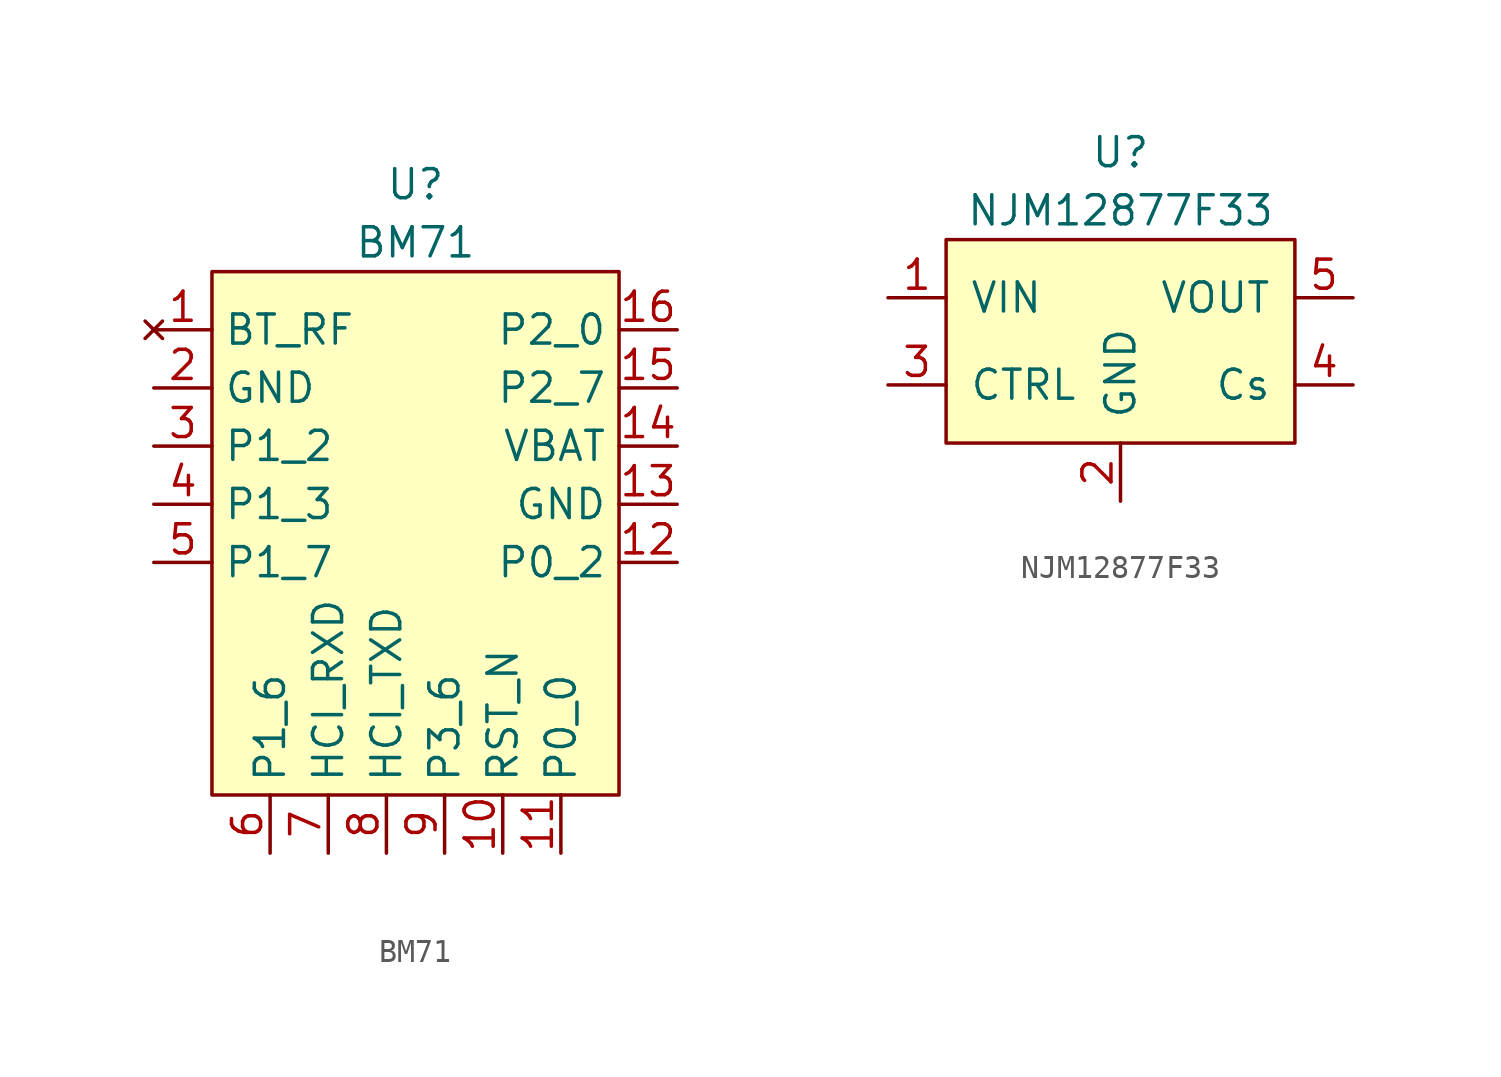
<source format=kicad_sym>
(kicad_symbol_lib
  (version 20211014)
  (generator kicad_symbol_editor)
  (symbol "BM71"
    (property "Reference" "U"
      (at 0 11.43 0)
      (effects (font (size 1.27 1.27))))
    (property "Value" "BM71"
      (at 0 8.89 0)
      (effects (font (size 1.27 1.27))))
    (symbol "BM71_0_0"
      (pin no_connect line (at -11.43 5.08 0) (length 2.54) (name "BT_RF" (effects (font (size 1.27 1.27)))) (number "1" (effects (font (size 1.27 1.27)))))
      (pin passive line (at 3.81 -17.78 90) (length 2.54) (name "RST_N" (effects (font (size 1.27 1.27)))) (number "10" (effects (font (size 1.27 1.27)))))
      (pin passive line (at 6.35 -17.78 90) (length 2.54) (name "P0_0" (effects (font (size 1.27 1.27)))) (number "11" (effects (font (size 1.27 1.27)))))
      (pin passive line (at 11.43 -5.08 180) (length 2.54) (name "P0_2" (effects (font (size 1.27 1.27)))) (number "12" (effects (font (size 1.27 1.27)))))
      (pin power_in line (at 11.43 -2.54 180) (length 2.54) (name "GND" (effects (font (size 1.27 1.27)))) (number "13" (effects (font (size 1.27 1.27)))))
      (pin power_in line (at 11.43 0 180) (length 2.54) (name "VBAT" (effects (font (size 1.27 1.27)))) (number "14" (effects (font (size 1.27 1.27)))))
      (pin passive line (at 11.43 2.54 180) (length 2.54) (name "P2_7" (effects (font (size 1.27 1.27)))) (number "15" (effects (font (size 1.27 1.27)))))
      (pin passive line (at 11.43 5.08 180) (length 2.54) (name "P2_0" (effects (font (size 1.27 1.27)))) (number "16" (effects (font (size 1.27 1.27)))))
      (pin power_in line (at -11.43 2.54 0) (length 2.54) (name "GND" (effects (font (size 1.27 1.27)))) (number "2" (effects (font (size 1.27 1.27)))))
      (pin passive line (at -11.43 0 0) (length 2.54) (name "P1_2" (effects (font (size 1.27 1.27)))) (number "3" (effects (font (size 1.27 1.27)))))
      (pin passive line (at -11.43 -2.54 0) (length 2.54) (name "P1_3" (effects (font (size 1.27 1.27)))) (number "4" (effects (font (size 1.27 1.27)))))
      (pin passive line (at -11.43 -5.08 0) (length 2.54) (name "P1_7" (effects (font (size 1.27 1.27)))) (number "5" (effects (font (size 1.27 1.27)))))
      (pin passive line (at -6.35 -17.78 90) (length 2.54) (name "P1_6" (effects (font (size 1.27 1.27)))) (number "6" (effects (font (size 1.27 1.27)))))
      (pin passive line (at -3.81 -17.78 90) (length 2.54) (name "HCI_RXD" (effects (font (size 1.27 1.27)))) (number "7" (effects (font (size 1.27 1.27)))))
      (pin passive line (at -1.27 -17.78 90) (length 2.54) (name "HCI_TXD" (effects (font (size 1.27 1.27)))) (number "8" (effects (font (size 1.27 1.27)))))
      (pin passive line (at 1.27 -17.78 90) (length 2.54) (name "P3_6" (effects (font (size 1.27 1.27)))) (number "9" (effects (font (size 1.27 1.27))))))
    (symbol "BM71_0_1"
      (rectangle (start -8.89 7.62) (end 8.89 -15.24) (stroke (width 0) (type default) (color 0 0 0 0)) (fill (type background)))))
  (symbol "NJM12877F33"
    (pin_names
      (offset 1.016))
    (property "Reference" "U"
      (at 0 8.89 0)
      (effects (font (size 1.27 1.27))))
    (property "Value" "NJM12877F33"
      (at 0 6.35 0)
      (effects (font (size 1.27 1.27))))
    (symbol "NJM12877F33_0_0"
      (pin power_in line (at -10.16 2.54 0) (length 2.54) (name "VIN" (effects (font (size 1.27 1.27)))) (number "1" (effects (font (size 1.27 1.27)))))
      (pin power_in line (at 0 -6.35 90) (length 2.54) (name "GND" (effects (font (size 1.27 1.27)))) (number "2" (effects (font (size 1.27 1.27)))))
      (pin passive line (at -10.16 -1.27 0) (length 2.54) (name "CTRL" (effects (font (size 1.27 1.27)))) (number "3" (effects (font (size 1.27 1.27)))))
      (pin passive line (at 10.16 -1.27 180) (length 2.54) (name "Cs" (effects (font (size 1.27 1.27)))) (number "4" (effects (font (size 1.27 1.27)))))
      (pin power_out line (at 10.16 2.54 180) (length 2.54) (name "VOUT" (effects (font (size 1.27 1.27)))) (number "5" (effects (font (size 1.27 1.27))))))
    (symbol "NJM12877F33_0_1"
      (rectangle (start -7.62 5.08) (end 7.62 -3.81) (stroke (width 0) (type default) (color 0 0 0 0)) (fill (type background))))))
</source>
